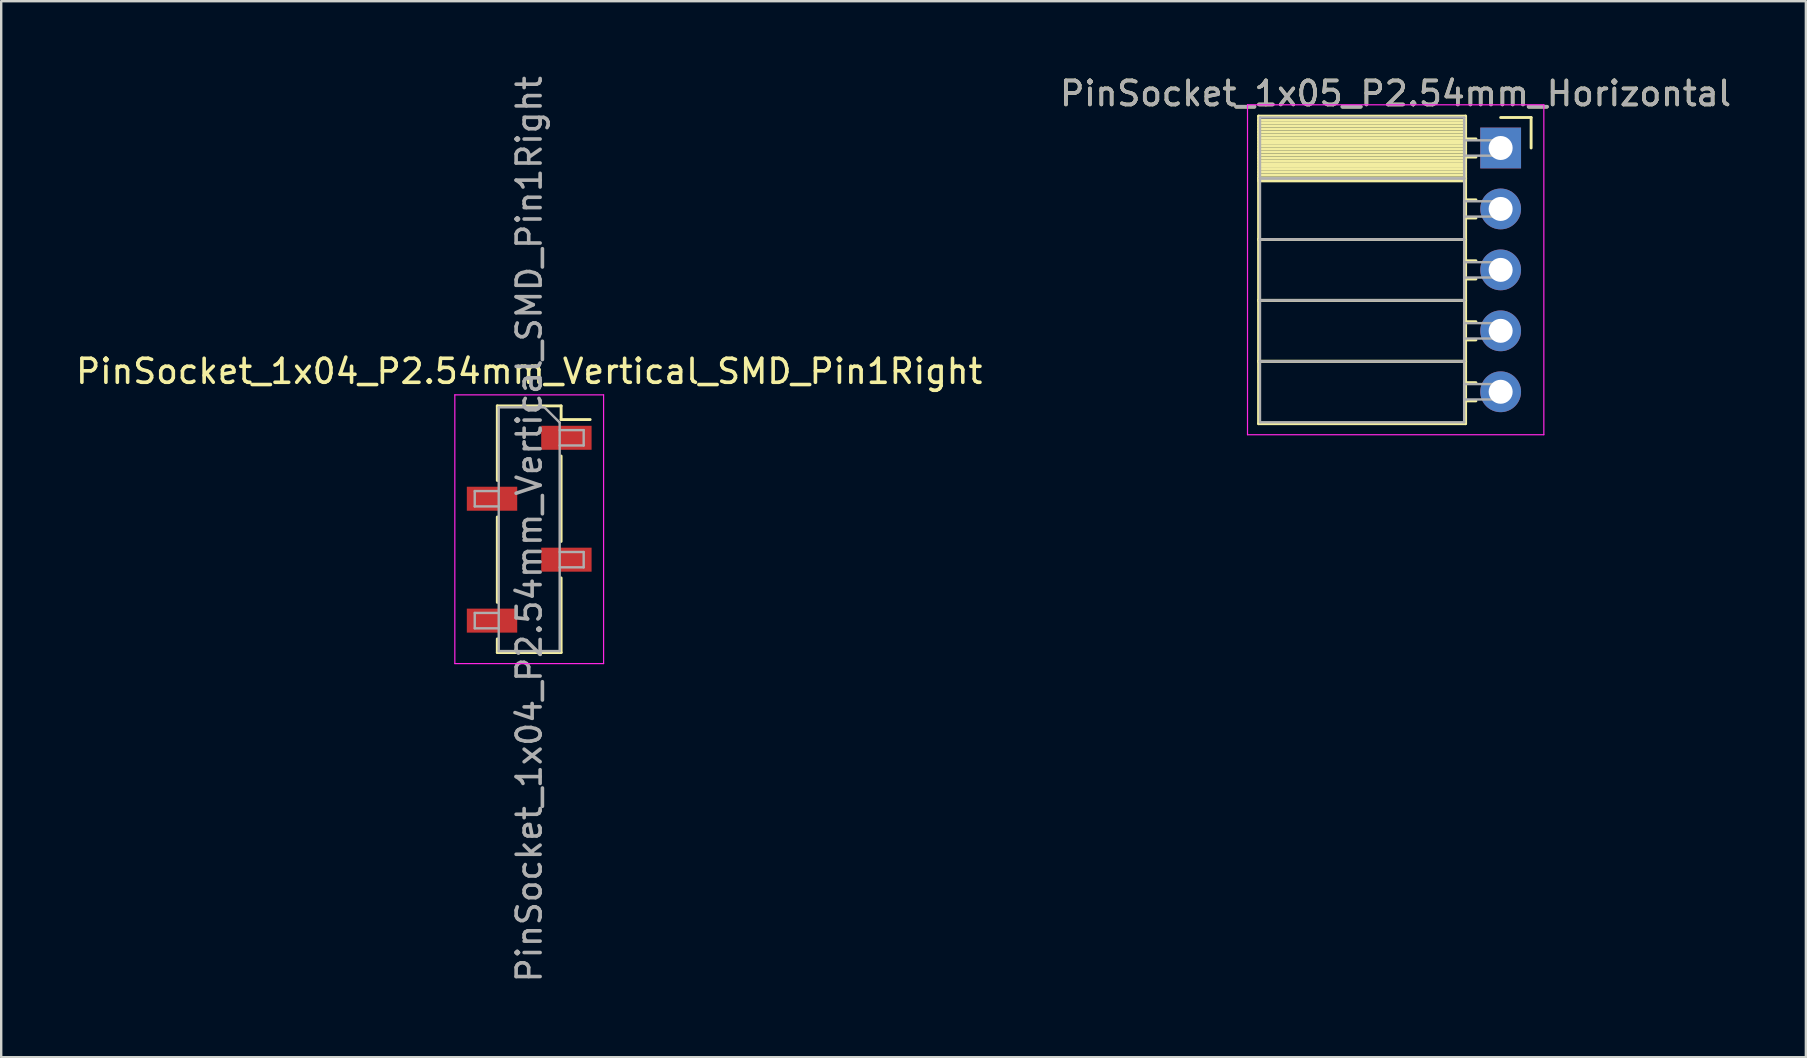
<source format=kicad_pcb>
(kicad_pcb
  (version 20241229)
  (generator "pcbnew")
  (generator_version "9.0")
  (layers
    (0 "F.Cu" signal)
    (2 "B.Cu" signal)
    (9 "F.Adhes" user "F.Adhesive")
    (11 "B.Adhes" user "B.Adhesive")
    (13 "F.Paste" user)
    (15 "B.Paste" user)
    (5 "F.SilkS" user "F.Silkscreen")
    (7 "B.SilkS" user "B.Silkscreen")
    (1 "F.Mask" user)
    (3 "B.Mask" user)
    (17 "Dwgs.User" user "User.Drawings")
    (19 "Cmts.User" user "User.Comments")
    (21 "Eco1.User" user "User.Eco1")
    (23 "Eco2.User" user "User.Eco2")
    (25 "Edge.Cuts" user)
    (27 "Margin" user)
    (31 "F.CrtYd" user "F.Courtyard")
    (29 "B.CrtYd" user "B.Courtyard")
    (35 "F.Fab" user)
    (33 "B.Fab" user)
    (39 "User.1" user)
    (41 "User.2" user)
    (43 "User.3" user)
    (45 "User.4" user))
  (footprint "PinSocket_1x04_P2.54mm_Vertical_SMD_Pin1Right"
    (layer "F.Cu")
    (at 19.006 19.006)
    (property "Reference" "PinSocket_1x04_P2.54mm_Vertical_SMD_Pin1Right" (at 0 -6.58 0) (layer "F.SilkS") (effects (font (size 1 1) (thickness 0.15))))
    (attr smd)
    (fp_line (start -1.33 -5.14) (end -1.33 -2.03) (stroke (width 0.12) (type solid)) (layer "F.SilkS"))
    (fp_line (start -1.33 -5.14) (end 1.33 -5.14) (stroke (width 0.12) (type solid)) (layer "F.SilkS"))
    (fp_line (start -1.33 -0.51) (end -1.33 3.05) (stroke (width 0.12) (type solid)) (layer "F.SilkS"))
    (fp_line (start -1.33 4.57) (end -1.33 5.14) (stroke (width 0.12) (type solid)) (layer "F.SilkS"))
    (fp_line (start -1.33 5.14) (end 1.33 5.14) (stroke (width 0.12) (type solid)) (layer "F.SilkS"))
    (fp_line (start 1.33 -5.14) (end 1.33 -4.57) (stroke (width 0.12) (type solid)) (layer "F.SilkS"))
    (fp_line (start 1.33 -4.57) (end 2.54 -4.57) (stroke (width 0.12) (type solid)) (layer "F.SilkS"))
    (fp_line (start 1.33 -3.05) (end 1.33 0.51) (stroke (width 0.12) (type solid)) (layer "F.SilkS"))
    (fp_line (start 1.33 2.03) (end 1.33 5.14) (stroke (width 0.12) (type solid)) (layer "F.SilkS"))
    (fp_line (start -3.1 -5.6) (end 3.1 -5.6) (stroke (width 0.05) (type solid)) (layer "F.CrtYd"))
    (fp_line (start -3.1 5.6) (end -3.1 -5.6) (stroke (width 0.05) (type solid)) (layer "F.CrtYd"))
    (fp_line (start 3.1 -5.6) (end 3.1 5.6) (stroke (width 0.05) (type solid)) (layer "F.CrtYd"))
    (fp_line (start 3.1 5.6) (end -3.1 5.6) (stroke (width 0.05) (type solid)) (layer "F.CrtYd"))
    (fp_line (start -2.27 -1.59) (end -1.27 -1.59) (stroke (width 0.1) (type solid)) (layer "F.Fab"))
    (fp_line (start -2.27 -0.95) (end -2.27 -1.59) (stroke (width 0.1) (type solid)) (layer "F.Fab"))
    (fp_line (start -2.27 3.49) (end -1.27 3.49) (stroke (width 0.1) (type solid)) (layer "F.Fab"))
    (fp_line (start -2.27 4.13) (end -2.27 3.49) (stroke (width 0.1) (type solid)) (layer "F.Fab"))
    (fp_line (start -1.27 -5.08) (end 0.635 -5.08) (stroke (width 0.1) (type solid)) (layer "F.Fab"))
    (fp_line (start -1.27 -0.95) (end -2.27 -0.95) (stroke (width 0.1) (type solid)) (layer "F.Fab"))
    (fp_line (start -1.27 4.13) (end -2.27 4.13) (stroke (width 0.1) (type solid)) (layer "F.Fab"))
    (fp_line (start -1.27 5.08) (end -1.27 -5.08) (stroke (width 0.1) (type solid)) (layer "F.Fab"))
    (fp_line (start 0.635 -5.08) (end 1.27 -4.445) (stroke (width 0.1) (type solid)) (layer "F.Fab"))
    (fp_line (start 1.27 -4.445) (end 1.27 5.08) (stroke (width 0.1) (type solid)) (layer "F.Fab"))
    (fp_line (start 1.27 -4.13) (end 2.27 -4.13) (stroke (width 0.1) (type solid)) (layer "F.Fab"))
    (fp_line (start 1.27 0.95) (end 2.27 0.95) (stroke (width 0.1) (type solid)) (layer "F.Fab"))
    (fp_line (start 1.27 5.08) (end -1.27 5.08) (stroke (width 0.1) (type solid)) (layer "F.Fab"))
    (fp_line (start 2.27 -4.13) (end 2.27 -3.49) (stroke (width 0.1) (type solid)) (layer "F.Fab"))
    (fp_line (start 2.27 -3.49) (end 1.27 -3.49) (stroke (width 0.1) (type solid)) (layer "F.Fab"))
    (fp_line (start 2.27 0.95) (end 2.27 1.59) (stroke (width 0.1) (type solid)) (layer "F.Fab"))
    (fp_line (start 2.27 1.59) (end 1.27 1.59) (stroke (width 0.1) (type solid)) (layer "F.Fab"))
    (fp_text user "${REFERENCE}" (at 0 0 90) (layer "F.Fab") (effects (font (size 1 1) (thickness 0.15))))
    (pad "1" smd rect (at 1.55 -3.81) (size 2.1 1) (layers "F.Cu" "F.Mask" "F.Paste"))
    (pad "2" smd rect (at -1.55 -1.27) (size 2.1 1) (layers "F.Cu" "F.Mask" "F.Paste"))
    (pad "3" smd rect (at 1.55 1.27) (size 2.1 1) (layers "F.Cu" "F.Mask" "F.Paste"))
    (pad "4" smd rect (at -1.55 3.81) (size 2.1 1) (layers "F.Cu" "F.Mask" "F.Paste")))
  (footprint "PinSocket_1x05_P2.54mm_Horizontal"
    (layer "F.Cu")
    (at 59.493 3.118)
    (property "Reference" "PinSocket_1x05_P2.54mm_Horizontal" (at -4.38 -2.27 0) (layer "F.SilkS") (effects (font (size 1 1) (thickness 0.15))))
    (attr through_hole)
    (fp_line (start -10.09 -1.33) (end -1.46 -1.33) (stroke (width 0.12) (type solid)) (layer "F.SilkS"))
    (fp_line (start -10.09 1.27) (end -10.09 -1.33) (stroke (width 0.12) (type solid)) (layer "F.SilkS"))
    (fp_line (start -10.09 1.27) (end -1.46 1.27) (stroke (width 0.12) (type solid)) (layer "F.SilkS"))
    (fp_line (start -10.09 3.81) (end -10.09 1.27) (stroke (width 0.12) (type solid)) (layer "F.SilkS"))
    (fp_line (start -10.09 3.81) (end -1.46 3.81) (stroke (width 0.12) (type solid)) (layer "F.SilkS"))
    (fp_line (start -10.09 6.35) (end -10.09 3.81) (stroke (width 0.12) (type solid)) (layer "F.SilkS"))
    (fp_line (start -10.09 6.35) (end -1.46 6.35) (stroke (width 0.12) (type solid)) (layer "F.SilkS"))
    (fp_line (start -10.09 8.89) (end -10.09 6.35) (stroke (width 0.12) (type solid)) (layer "F.SilkS"))
    (fp_line (start -10.09 8.89) (end -1.46 8.89) (stroke (width 0.12) (type solid)) (layer "F.SilkS"))
    (fp_line (start -10.09 11.49) (end -10.09 8.89) (stroke (width 0.12) (type solid)) (layer "F.SilkS"))
    (fp_line (start -1.46 -1.33) (end -1.46 1.27) (stroke (width 0.12) (type solid)) (layer "F.SilkS"))
    (fp_line (start -1.46 -1.15) (end -10.09 -1.15) (stroke (width 0.12) (type solid)) (layer "F.SilkS"))
    (fp_line (start -1.46 -1.03) (end -10.09 -1.03) (stroke (width 0.12) (type solid)) (layer "F.SilkS"))
    (fp_line (start -1.46 -0.91) (end -10.09 -0.91) (stroke (width 0.12) (type solid)) (layer "F.SilkS"))
    (fp_line (start -1.46 -0.79) (end -10.09 -0.79) (stroke (width 0.12) (type solid)) (layer "F.SilkS"))
    (fp_line (start -1.46 -0.67) (end -10.09 -0.67) (stroke (width 0.12) (type solid)) (layer "F.SilkS"))
    (fp_line (start -1.46 -0.55) (end -10.09 -0.55) (stroke (width 0.12) (type solid)) (layer "F.SilkS"))
    (fp_line (start -1.46 -0.43) (end -10.09 -0.43) (stroke (width 0.12) (type solid)) (layer "F.SilkS"))
    (fp_line (start -1.46 -0.31) (end -10.09 -0.31) (stroke (width 0.12) (type solid)) (layer "F.SilkS"))
    (fp_line (start -1.46 -0.19) (end -10.09 -0.19) (stroke (width 0.12) (type solid)) (layer "F.SilkS"))
    (fp_line (start -1.46 -0.07) (end -10.09 -0.07) (stroke (width 0.12) (type solid)) (layer "F.SilkS"))
    (fp_line (start -1.46 0.05) (end -10.09 0.05) (stroke (width 0.12) (type solid)) (layer "F.SilkS"))
    (fp_line (start -1.46 0.17) (end -10.09 0.17) (stroke (width 0.12) (type solid)) (layer "F.SilkS"))
    (fp_line (start -1.46 0.29) (end -10.09 0.29) (stroke (width 0.12) (type solid)) (layer "F.SilkS"))
    (fp_line (start -1.46 0.41) (end -10.09 0.41) (stroke (width 0.12) (type solid)) (layer "F.SilkS"))
    (fp_line (start -1.46 0.53) (end -10.09 0.53) (stroke (width 0.12) (type solid)) (layer "F.SilkS"))
    (fp_line (start -1.46 0.65) (end -10.09 0.65) (stroke (width 0.12) (type solid)) (layer "F.SilkS"))
    (fp_line (start -1.46 0.77) (end -10.09 0.77) (stroke (width 0.12) (type solid)) (layer "F.SilkS"))
    (fp_line (start -1.46 0.89) (end -10.09 0.89) (stroke (width 0.12) (type solid)) (layer "F.SilkS"))
    (fp_line (start -1.46 1.01) (end -10.09 1.01) (stroke (width 0.12) (type solid)) (layer "F.SilkS"))
    (fp_line (start -1.46 1.13) (end -10.09 1.13) (stroke (width 0.12) (type solid)) (layer "F.SilkS"))
    (fp_line (start -1.46 1.25) (end -10.09 1.25) (stroke (width 0.12) (type solid)) (layer "F.SilkS"))
    (fp_line (start -1.46 1.27) (end -10.09 1.27) (stroke (width 0.12) (type solid)) (layer "F.SilkS"))
    (fp_line (start -1.46 1.27) (end -1.46 3.81) (stroke (width 0.12) (type solid)) (layer "F.SilkS"))
    (fp_line (start -1.46 1.37) (end -10.09 1.37) (stroke (width 0.12) (type solid)) (layer "F.SilkS"))
    (fp_line (start -1.46 3.81) (end -10.09 3.81) (stroke (width 0.12) (type solid)) (layer "F.SilkS"))
    (fp_line (start -1.46 3.81) (end -1.46 6.35) (stroke (width 0.12) (type solid)) (layer "F.SilkS"))
    (fp_line (start -1.46 6.35) (end -10.09 6.35) (stroke (width 0.12) (type solid)) (layer "F.SilkS"))
    (fp_line (start -1.46 6.35) (end -1.46 8.89) (stroke (width 0.12) (type solid)) (layer "F.SilkS"))
    (fp_line (start -1.46 8.89) (end -10.09 8.89) (stroke (width 0.12) (type solid)) (layer "F.SilkS"))
    (fp_line (start -1.46 8.89) (end -1.46 11.49) (stroke (width 0.12) (type solid)) (layer "F.SilkS"))
    (fp_line (start -1.46 11.49) (end -10.09 11.49) (stroke (width 0.12) (type solid)) (layer "F.SilkS"))
    (fp_line (start -1.03 -0.38) (end -1.46 -0.38) (stroke (width 0.12) (type solid)) (layer "F.SilkS"))
    (fp_line (start -1.03 0.38) (end -1.46 0.38) (stroke (width 0.12) (type solid)) (layer "F.SilkS"))
    (fp_line (start -1.03 2.16) (end -1.46 2.16) (stroke (width 0.12) (type solid)) (layer "F.SilkS"))
    (fp_line (start -1.03 2.92) (end -1.46 2.92) (stroke (width 0.12) (type solid)) (layer "F.SilkS"))
    (fp_line (start -1.03 4.7) (end -1.46 4.7) (stroke (width 0.12) (type solid)) (layer "F.SilkS"))
    (fp_line (start -1.03 5.46) (end -1.46 5.46) (stroke (width 0.12) (type solid)) (layer "F.SilkS"))
    (fp_line (start -1.03 7.24) (end -1.46 7.24) (stroke (width 0.12) (type solid)) (layer "F.SilkS"))
    (fp_line (start -1.03 8) (end -1.46 8) (stroke (width 0.12) (type solid)) (layer "F.SilkS"))
    (fp_line (start -1.03 9.78) (end -1.46 9.78) (stroke (width 0.12) (type solid)) (layer "F.SilkS"))
    (fp_line (start -1.03 10.54) (end -1.46 10.54) (stroke (width 0.12) (type solid)) (layer "F.SilkS"))
    (fp_line (start 0 -1.27) (end 1.27 -1.27) (stroke (width 0.12) (type solid)) (layer "F.SilkS"))
    (fp_line (start 1.27 -1.27) (end 1.27 0) (stroke (width 0.12) (type solid)) (layer "F.SilkS"))
    (fp_line (start -10.55 -1.8) (end 1.8 -1.8) (stroke (width 0.05) (type solid)) (layer "F.CrtYd"))
    (fp_line (start -10.55 11.95) (end -10.55 -1.8) (stroke (width 0.05) (type solid)) (layer "F.CrtYd"))
    (fp_line (start 1.8 -1.8) (end 1.8 11.95) (stroke (width 0.05) (type solid)) (layer "F.CrtYd"))
    (fp_line (start 1.8 11.95) (end -10.55 11.95) (stroke (width 0.05) (type solid)) (layer "F.CrtYd"))
    (fp_line (start -10.03 -1.27) (end -1.52 -1.27) (stroke (width 0.1) (type solid)) (layer "F.Fab"))
    (fp_line (start -10.03 1.27) (end -10.03 -1.27) (stroke (width 0.1) (type solid)) (layer "F.Fab"))
    (fp_line (start -10.03 1.27) (end -1.52 1.27) (stroke (width 0.1) (type solid)) (layer "F.Fab"))
    (fp_line (start -10.03 3.81) (end -10.03 1.27) (stroke (width 0.1) (type solid)) (layer "F.Fab"))
    (fp_line (start -10.03 3.81) (end -1.52 3.81) (stroke (width 0.1) (type solid)) (layer "F.Fab"))
    (fp_line (start -10.03 6.35) (end -10.03 3.81) (stroke (width 0.1) (type solid)) (layer "F.Fab"))
    (fp_line (start -10.03 6.35) (end -1.52 6.35) (stroke (width 0.1) (type solid)) (layer "F.Fab"))
    (fp_line (start -10.03 8.89) (end -10.03 6.35) (stroke (width 0.1) (type solid)) (layer "F.Fab"))
    (fp_line (start -10.03 8.89) (end -1.52 8.89) (stroke (width 0.1) (type solid)) (layer "F.Fab"))
    (fp_line (start -10.03 11.43) (end -10.03 8.89) (stroke (width 0.1) (type solid)) (layer "F.Fab"))
    (fp_line (start -1.52 -1.27) (end -1.52 1.27) (stroke (width 0.1) (type solid)) (layer "F.Fab"))
    (fp_line (start -1.52 -0.32) (end 0 -0.32) (stroke (width 0.1) (type solid)) (layer "F.Fab"))
    (fp_line (start -1.52 0.32) (end -1.52 -0.32) (stroke (width 0.1) (type solid)) (layer "F.Fab"))
    (fp_line (start -1.52 1.27) (end -10.03 1.27) (stroke (width 0.1) (type solid)) (layer "F.Fab"))
    (fp_line (start -1.52 1.27) (end -1.52 3.81) (stroke (width 0.1) (type solid)) (layer "F.Fab"))
    (fp_line (start -1.52 2.22) (end 0 2.22) (stroke (width 0.1) (type solid)) (layer "F.Fab"))
    (fp_line (start -1.52 2.86) (end -1.52 2.22) (stroke (width 0.1) (type solid)) (layer "F.Fab"))
    (fp_line (start -1.52 3.81) (end -10.03 3.81) (stroke (width 0.1) (type solid)) (layer "F.Fab"))
    (fp_line (start -1.52 3.81) (end -1.52 6.35) (stroke (width 0.1) (type solid)) (layer "F.Fab"))
    (fp_line (start -1.52 4.76) (end 0 4.76) (stroke (width 0.1) (type solid)) (layer "F.Fab"))
    (fp_line (start -1.52 5.4) (end -1.52 4.76) (stroke (width 0.1) (type solid)) (layer "F.Fab"))
    (fp_line (start -1.52 6.35) (end -10.03 6.35) (stroke (width 0.1) (type solid)) (layer "F.Fab"))
    (fp_line (start -1.52 6.35) (end -1.52 8.89) (stroke (width 0.1) (type solid)) (layer "F.Fab"))
    (fp_line (start -1.52 7.3) (end 0 7.3) (stroke (width 0.1) (type solid)) (layer "F.Fab"))
    (fp_line (start -1.52 7.94) (end -1.52 7.3) (stroke (width 0.1) (type solid)) (layer "F.Fab"))
    (fp_line (start -1.52 8.89) (end -10.03 8.89) (stroke (width 0.1) (type solid)) (layer "F.Fab"))
    (fp_line (start -1.52 8.89) (end -1.52 11.43) (stroke (width 0.1) (type solid)) (layer "F.Fab"))
    (fp_line (start -1.52 9.84) (end 0 9.84) (stroke (width 0.1) (type solid)) (layer "F.Fab"))
    (fp_line (start -1.52 10.48) (end -1.52 9.84) (stroke (width 0.1) (type solid)) (layer "F.Fab"))
    (fp_line (start -1.52 11.43) (end -10.03 11.43) (stroke (width 0.1) (type solid)) (layer "F.Fab"))
    (fp_line (start 0 -0.32) (end 0 0.32) (stroke (width 0.1) (type solid)) (layer "F.Fab"))
    (fp_line (start 0 0.32) (end -1.52 0.32) (stroke (width 0.1) (type solid)) (layer "F.Fab"))
    (fp_line (start 0 2.22) (end 0 2.86) (stroke (width 0.1) (type solid)) (layer "F.Fab"))
    (fp_line (start 0 2.86) (end -1.52 2.86) (stroke (width 0.1) (type solid)) (layer "F.Fab"))
    (fp_line (start 0 4.76) (end 0 5.4) (stroke (width 0.1) (type solid)) (layer "F.Fab"))
    (fp_line (start 0 5.4) (end -1.52 5.4) (stroke (width 0.1) (type solid)) (layer "F.Fab"))
    (fp_line (start 0 7.3) (end 0 7.94) (stroke (width 0.1) (type solid)) (layer "F.Fab"))
    (fp_line (start 0 7.94) (end -1.52 7.94) (stroke (width 0.1) (type solid)) (layer "F.Fab"))
    (fp_line (start 0 9.84) (end 0 10.48) (stroke (width 0.1) (type solid)) (layer "F.Fab"))
    (fp_line (start 0 10.48) (end -1.52 10.48) (stroke (width 0.1) (type solid)) (layer "F.Fab"))
    (fp_text user "${REFERENCE}" (at -4.38 -2.27 0) (layer "F.Fab") (effects (font (size 1 1) (thickness 0.15))))
    (pad "1" thru_hole rect (at 0 0) (size 1.7 1.7) (drill 1) (layers "*.Cu" "*.Mask"))
    (pad "2" thru_hole oval (at 0 2.54) (size 1.7 1.7) (drill 1) (layers "*.Cu" "*.Mask"))
    (pad "3" thru_hole oval (at 0 5.08) (size 1.7 1.7) (drill 1) (layers "*.Cu" "*.Mask"))
    (pad "4" thru_hole oval (at 0 7.62) (size 1.7 1.7) (drill 1) (layers "*.Cu" "*.Mask"))
    (pad "5" thru_hole oval (at 0 10.16) (size 1.7 1.7) (drill 1) (layers "*.Cu" "*.Mask")))
  (gr_rect
    (start -3 -3)
    (end 72.214 41.012)
    (stroke (width 0.1) (type default))
    (fill no)
    (layer "Edge.Cuts")))
</source>
